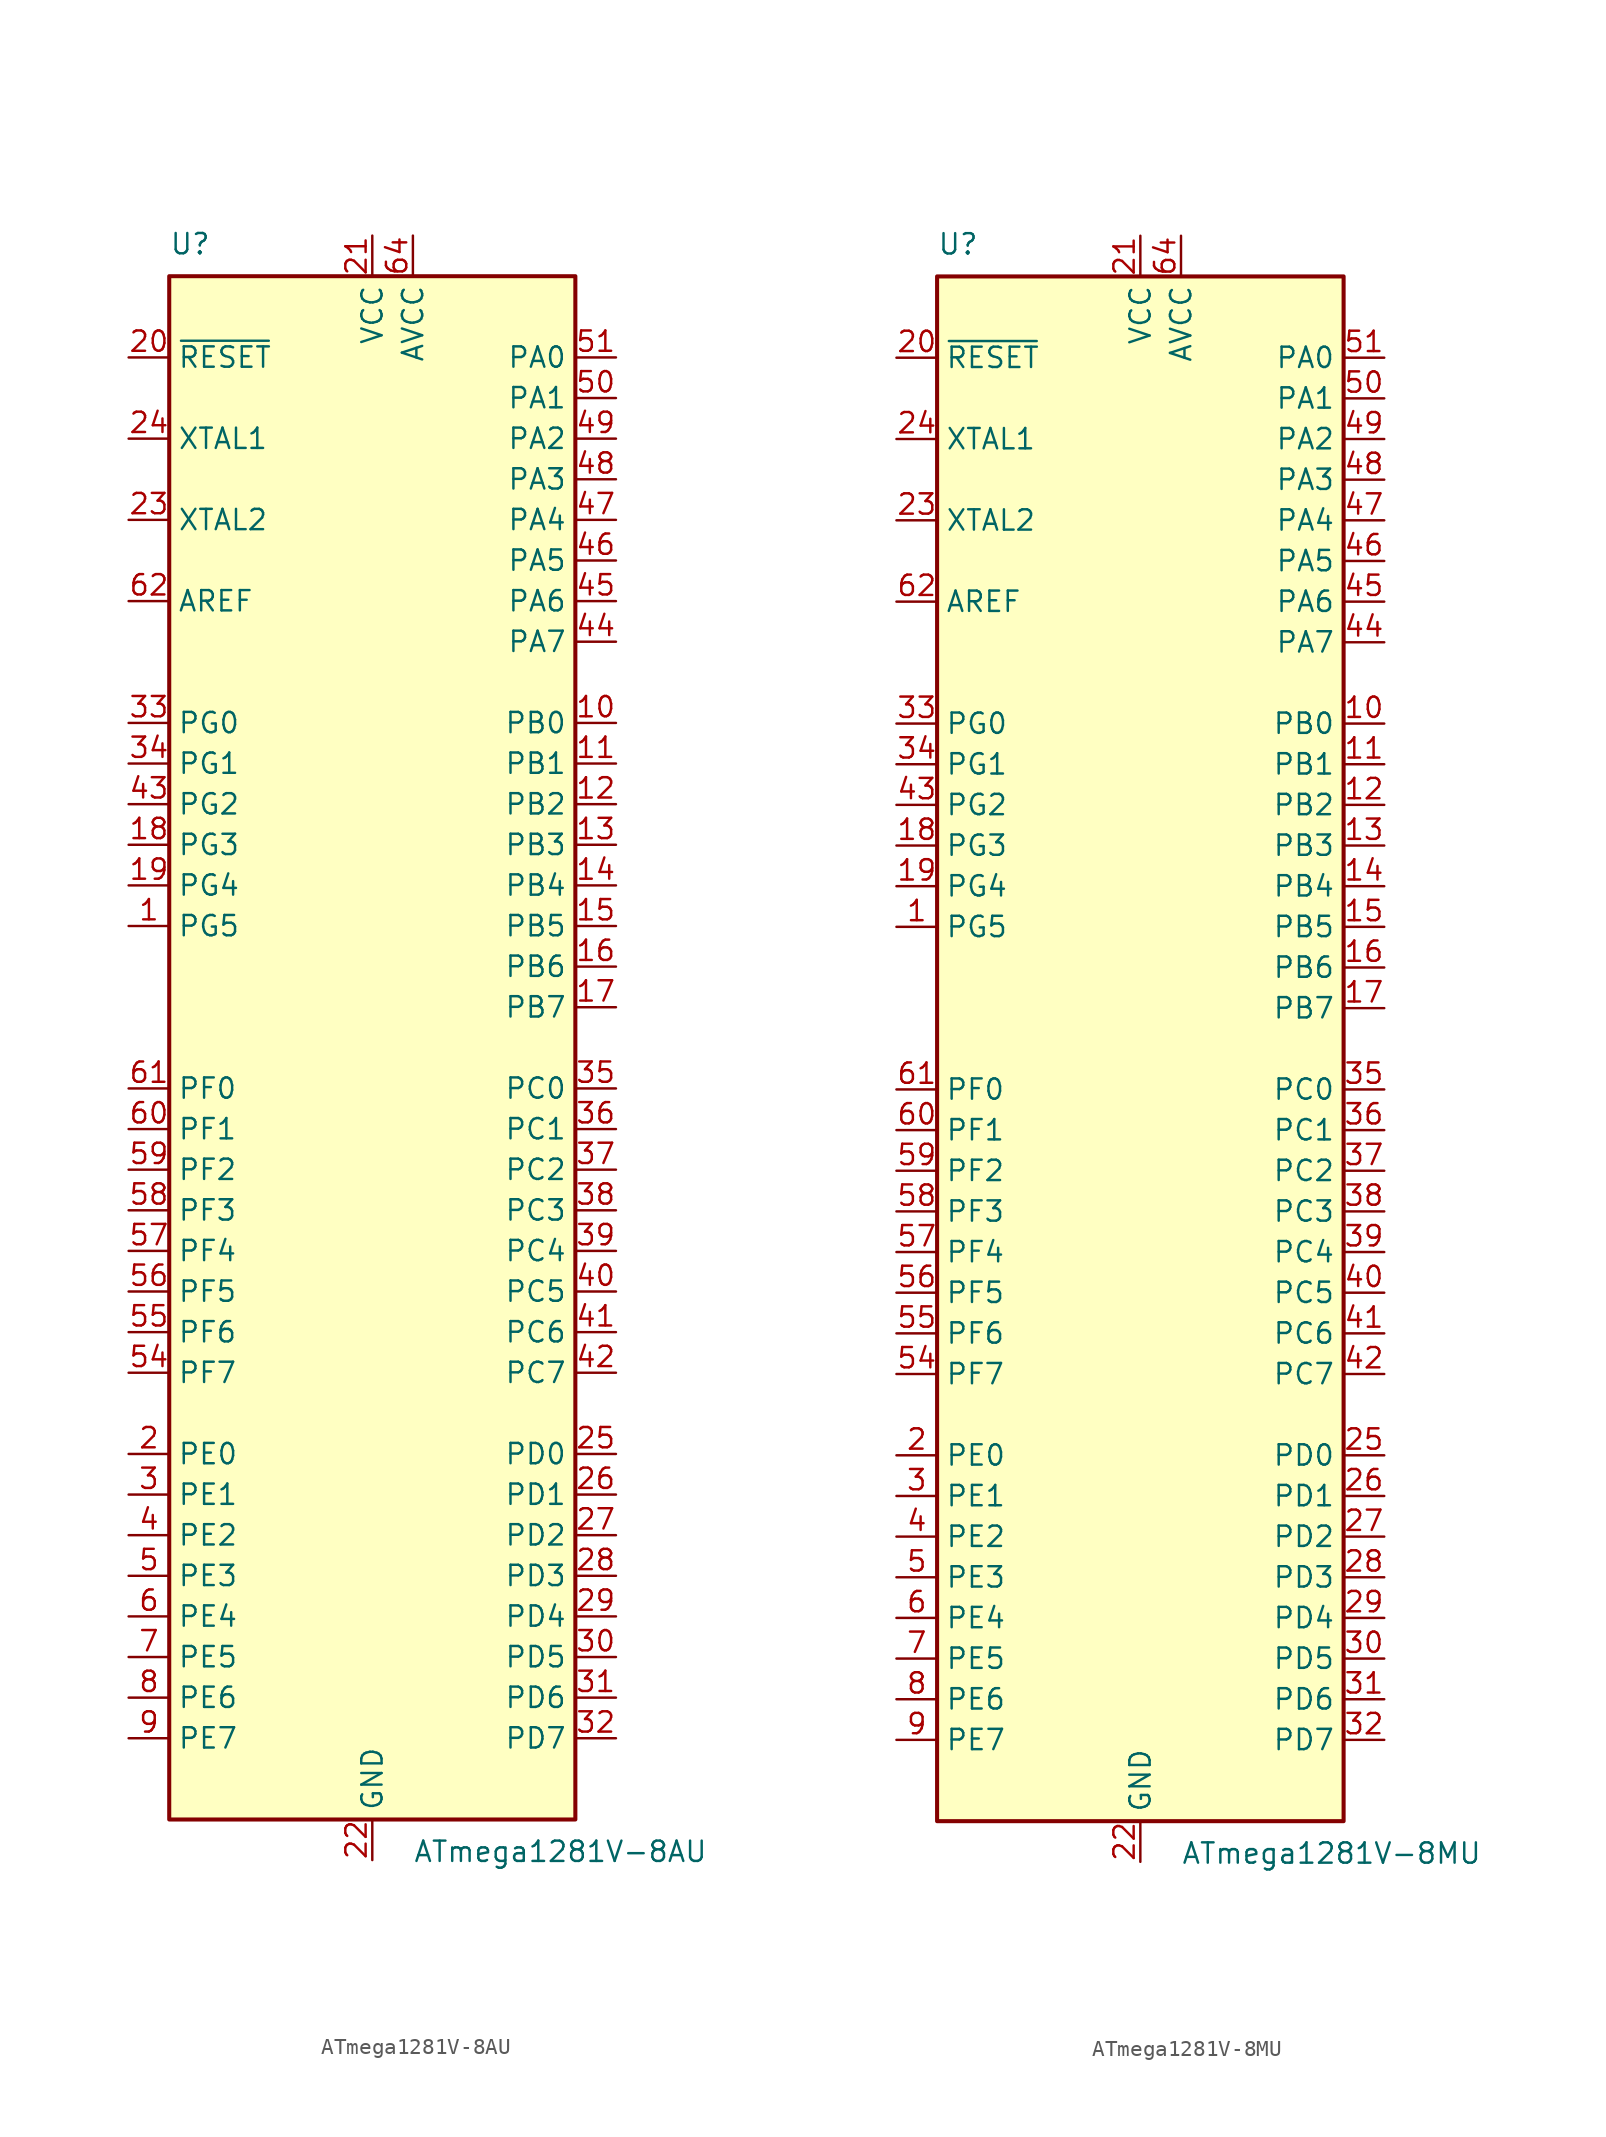
<source format=kicad_sym>
(kicad_symbol_lib
  (version 20201005)
  (generator kicad_symbol_editor)
  (symbol "ATmega1281V-8AU"
    (property "Reference" "U"
      (at -12.7 49.53 0)
      (effects (font (size 1.27 1.27)) (justify left bottom)))
    (property "Value" "ATmega1281V-8AU"
      (at 2.54 -49.53 0)
      (effects (font (size 1.27 1.27)) (justify left top)))
    (symbol "ATmega1281V-8AU_0_1"
      (rectangle (start -12.7 -48.26) (end 12.7 48.26) (stroke (width 0.254)) (fill (type background))))
    (symbol "ATmega1281V-8AU_1_1"
      (pin tri_state line (at -15.24 7.62 0) (length 2.54) (name "PG5" (effects (font (size 1.27 1.27)))) (number "1" (effects (font (size 1.27 1.27)))))
      (pin tri_state line (at 15.24 20.32 180) (length 2.54) (name "PB0" (effects (font (size 1.27 1.27)))) (number "10" (effects (font (size 1.27 1.27)))))
      (pin tri_state line (at 15.24 17.78 180) (length 2.54) (name "PB1" (effects (font (size 1.27 1.27)))) (number "11" (effects (font (size 1.27 1.27)))))
      (pin tri_state line (at 15.24 15.24 180) (length 2.54) (name "PB2" (effects (font (size 1.27 1.27)))) (number "12" (effects (font (size 1.27 1.27)))))
      (pin tri_state line (at 15.24 12.7 180) (length 2.54) (name "PB3" (effects (font (size 1.27 1.27)))) (number "13" (effects (font (size 1.27 1.27)))))
      (pin tri_state line (at 15.24 10.16 180) (length 2.54) (name "PB4" (effects (font (size 1.27 1.27)))) (number "14" (effects (font (size 1.27 1.27)))))
      (pin tri_state line (at 15.24 7.62 180) (length 2.54) (name "PB5" (effects (font (size 1.27 1.27)))) (number "15" (effects (font (size 1.27 1.27)))))
      (pin tri_state line (at 15.24 5.08 180) (length 2.54) (name "PB6" (effects (font (size 1.27 1.27)))) (number "16" (effects (font (size 1.27 1.27)))))
      (pin tri_state line (at 15.24 2.54 180) (length 2.54) (name "PB7" (effects (font (size 1.27 1.27)))) (number "17" (effects (font (size 1.27 1.27)))))
      (pin tri_state line (at -15.24 12.7 0) (length 2.54) (name "PG3" (effects (font (size 1.27 1.27)))) (number "18" (effects (font (size 1.27 1.27)))))
      (pin tri_state line (at -15.24 10.16 0) (length 2.54) (name "PG4" (effects (font (size 1.27 1.27)))) (number "19" (effects (font (size 1.27 1.27)))))
      (pin tri_state line (at -15.24 -25.4 0) (length 2.54) (name "PE0" (effects (font (size 1.27 1.27)))) (number "2" (effects (font (size 1.27 1.27)))))
      (pin input line (at -15.24 43.18 0) (length 2.54) (name "~RESET" (effects (font (size 1.27 1.27)))) (number "20" (effects (font (size 1.27 1.27)))))
      (pin power_in line (at 0 50.8 270) (length 2.54) (name "VCC" (effects (font (size 1.27 1.27)))) (number "21" (effects (font (size 1.27 1.27)))))
      (pin power_in line (at 0 -50.8 90) (length 2.54) (name "GND" (effects (font (size 1.27 1.27)))) (number "22" (effects (font (size 1.27 1.27)))))
      (pin output line (at -15.24 33.02 0) (length 2.54) (name "XTAL2" (effects (font (size 1.27 1.27)))) (number "23" (effects (font (size 1.27 1.27)))))
      (pin input line (at -15.24 38.1 0) (length 2.54) (name "XTAL1" (effects (font (size 1.27 1.27)))) (number "24" (effects (font (size 1.27 1.27)))))
      (pin tri_state line (at 15.24 -25.4 180) (length 2.54) (name "PD0" (effects (font (size 1.27 1.27)))) (number "25" (effects (font (size 1.27 1.27)))))
      (pin tri_state line (at 15.24 -27.94 180) (length 2.54) (name "PD1" (effects (font (size 1.27 1.27)))) (number "26" (effects (font (size 1.27 1.27)))))
      (pin tri_state line (at 15.24 -30.48 180) (length 2.54) (name "PD2" (effects (font (size 1.27 1.27)))) (number "27" (effects (font (size 1.27 1.27)))))
      (pin tri_state line (at 15.24 -33.02 180) (length 2.54) (name "PD3" (effects (font (size 1.27 1.27)))) (number "28" (effects (font (size 1.27 1.27)))))
      (pin tri_state line (at 15.24 -35.56 180) (length 2.54) (name "PD4" (effects (font (size 1.27 1.27)))) (number "29" (effects (font (size 1.27 1.27)))))
      (pin tri_state line (at -15.24 -27.94 0) (length 2.54) (name "PE1" (effects (font (size 1.27 1.27)))) (number "3" (effects (font (size 1.27 1.27)))))
      (pin tri_state line (at 15.24 -38.1 180) (length 2.54) (name "PD5" (effects (font (size 1.27 1.27)))) (number "30" (effects (font (size 1.27 1.27)))))
      (pin tri_state line (at 15.24 -40.64 180) (length 2.54) (name "PD6" (effects (font (size 1.27 1.27)))) (number "31" (effects (font (size 1.27 1.27)))))
      (pin tri_state line (at 15.24 -43.18 180) (length 2.54) (name "PD7" (effects (font (size 1.27 1.27)))) (number "32" (effects (font (size 1.27 1.27)))))
      (pin tri_state line (at -15.24 20.32 0) (length 2.54) (name "PG0" (effects (font (size 1.27 1.27)))) (number "33" (effects (font (size 1.27 1.27)))))
      (pin tri_state line (at -15.24 17.78 0) (length 2.54) (name "PG1" (effects (font (size 1.27 1.27)))) (number "34" (effects (font (size 1.27 1.27)))))
      (pin tri_state line (at 15.24 -2.54 180) (length 2.54) (name "PC0" (effects (font (size 1.27 1.27)))) (number "35" (effects (font (size 1.27 1.27)))))
      (pin tri_state line (at 15.24 -5.08 180) (length 2.54) (name "PC1" (effects (font (size 1.27 1.27)))) (number "36" (effects (font (size 1.27 1.27)))))
      (pin tri_state line (at 15.24 -7.62 180) (length 2.54) (name "PC2" (effects (font (size 1.27 1.27)))) (number "37" (effects (font (size 1.27 1.27)))))
      (pin tri_state line (at 15.24 -10.16 180) (length 2.54) (name "PC3" (effects (font (size 1.27 1.27)))) (number "38" (effects (font (size 1.27 1.27)))))
      (pin tri_state line (at 15.24 -12.7 180) (length 2.54) (name "PC4" (effects (font (size 1.27 1.27)))) (number "39" (effects (font (size 1.27 1.27)))))
      (pin tri_state line (at -15.24 -30.48 0) (length 2.54) (name "PE2" (effects (font (size 1.27 1.27)))) (number "4" (effects (font (size 1.27 1.27)))))
      (pin tri_state line (at 15.24 -15.24 180) (length 2.54) (name "PC5" (effects (font (size 1.27 1.27)))) (number "40" (effects (font (size 1.27 1.27)))))
      (pin tri_state line (at 15.24 -17.78 180) (length 2.54) (name "PC6" (effects (font (size 1.27 1.27)))) (number "41" (effects (font (size 1.27 1.27)))))
      (pin tri_state line (at 15.24 -20.32 180) (length 2.54) (name "PC7" (effects (font (size 1.27 1.27)))) (number "42" (effects (font (size 1.27 1.27)))))
      (pin tri_state line (at -15.24 15.24 0) (length 2.54) (name "PG2" (effects (font (size 1.27 1.27)))) (number "43" (effects (font (size 1.27 1.27)))))
      (pin tri_state line (at 15.24 25.4 180) (length 2.54) (name "PA7" (effects (font (size 1.27 1.27)))) (number "44" (effects (font (size 1.27 1.27)))))
      (pin tri_state line (at 15.24 27.94 180) (length 2.54) (name "PA6" (effects (font (size 1.27 1.27)))) (number "45" (effects (font (size 1.27 1.27)))))
      (pin tri_state line (at 15.24 30.48 180) (length 2.54) (name "PA5" (effects (font (size 1.27 1.27)))) (number "46" (effects (font (size 1.27 1.27)))))
      (pin tri_state line (at 15.24 33.02 180) (length 2.54) (name "PA4" (effects (font (size 1.27 1.27)))) (number "47" (effects (font (size 1.27 1.27)))))
      (pin tri_state line (at 15.24 35.56 180) (length 2.54) (name "PA3" (effects (font (size 1.27 1.27)))) (number "48" (effects (font (size 1.27 1.27)))))
      (pin tri_state line (at 15.24 38.1 180) (length 2.54) (name "PA2" (effects (font (size 1.27 1.27)))) (number "49" (effects (font (size 1.27 1.27)))))
      (pin tri_state line (at -15.24 -33.02 0) (length 2.54) (name "PE3" (effects (font (size 1.27 1.27)))) (number "5" (effects (font (size 1.27 1.27)))))
      (pin tri_state line (at 15.24 40.64 180) (length 2.54) (name "PA1" (effects (font (size 1.27 1.27)))) (number "50" (effects (font (size 1.27 1.27)))))
      (pin tri_state line (at 15.24 43.18 180) (length 2.54) (name "PA0" (effects (font (size 1.27 1.27)))) (number "51" (effects (font (size 1.27 1.27)))))
      (pin passive line (at 0 50.8 270) (length 2.54) hide (name "VCC" (effects (font (size 1.27 1.27)))) (number "52" (effects (font (size 1.27 1.27)))))
      (pin passive line (at 0 -50.8 90) (length 2.54) hide (name "GND" (effects (font (size 1.27 1.27)))) (number "53" (effects (font (size 1.27 1.27)))))
      (pin tri_state line (at -15.24 -20.32 0) (length 2.54) (name "PF7" (effects (font (size 1.27 1.27)))) (number "54" (effects (font (size 1.27 1.27)))))
      (pin tri_state line (at -15.24 -17.78 0) (length 2.54) (name "PF6" (effects (font (size 1.27 1.27)))) (number "55" (effects (font (size 1.27 1.27)))))
      (pin tri_state line (at -15.24 -15.24 0) (length 2.54) (name "PF5" (effects (font (size 1.27 1.27)))) (number "56" (effects (font (size 1.27 1.27)))))
      (pin tri_state line (at -15.24 -12.7 0) (length 2.54) (name "PF4" (effects (font (size 1.27 1.27)))) (number "57" (effects (font (size 1.27 1.27)))))
      (pin tri_state line (at -15.24 -10.16 0) (length 2.54) (name "PF3" (effects (font (size 1.27 1.27)))) (number "58" (effects (font (size 1.27 1.27)))))
      (pin tri_state line (at -15.24 -7.62 0) (length 2.54) (name "PF2" (effects (font (size 1.27 1.27)))) (number "59" (effects (font (size 1.27 1.27)))))
      (pin tri_state line (at -15.24 -35.56 0) (length 2.54) (name "PE4" (effects (font (size 1.27 1.27)))) (number "6" (effects (font (size 1.27 1.27)))))
      (pin tri_state line (at -15.24 -5.08 0) (length 2.54) (name "PF1" (effects (font (size 1.27 1.27)))) (number "60" (effects (font (size 1.27 1.27)))))
      (pin tri_state line (at -15.24 -2.54 0) (length 2.54) (name "PF0" (effects (font (size 1.27 1.27)))) (number "61" (effects (font (size 1.27 1.27)))))
      (pin passive line (at -15.24 27.94 0) (length 2.54) (name "AREF" (effects (font (size 1.27 1.27)))) (number "62" (effects (font (size 1.27 1.27)))))
      (pin passive line (at 0 -50.8 90) (length 2.54) hide (name "GND" (effects (font (size 1.27 1.27)))) (number "63" (effects (font (size 1.27 1.27)))))
      (pin power_in line (at 2.54 50.8 270) (length 2.54) (name "AVCC" (effects (font (size 1.27 1.27)))) (number "64" (effects (font (size 1.27 1.27)))))
      (pin tri_state line (at -15.24 -38.1 0) (length 2.54) (name "PE5" (effects (font (size 1.27 1.27)))) (number "7" (effects (font (size 1.27 1.27)))))
      (pin tri_state line (at -15.24 -40.64 0) (length 2.54) (name "PE6" (effects (font (size 1.27 1.27)))) (number "8" (effects (font (size 1.27 1.27)))))
      (pin tri_state line (at -15.24 -43.18 0) (length 2.54) (name "PE7" (effects (font (size 1.27 1.27)))) (number "9" (effects (font (size 1.27 1.27)))))))
  (symbol "ATmega1281V-8MU"
    (property "Reference" "U"
      (at -12.7 49.53 0)
      (effects (font (size 1.27 1.27)) (justify left bottom)))
    (property "Value" "ATmega1281V-8MU"
      (at 2.54 -49.53 0)
      (effects (font (size 1.27 1.27)) (justify left top)))
    (symbol "ATmega1281V-8MU_0_1"
      (rectangle (start -12.7 -48.26) (end 12.7 48.26) (stroke (width 0.254)) (fill (type background))))
    (symbol "ATmega1281V-8MU_1_1"
      (pin tri_state line (at -15.24 7.62 0) (length 2.54) (name "PG5" (effects (font (size 1.27 1.27)))) (number "1" (effects (font (size 1.27 1.27)))))
      (pin tri_state line (at 15.24 20.32 180) (length 2.54) (name "PB0" (effects (font (size 1.27 1.27)))) (number "10" (effects (font (size 1.27 1.27)))))
      (pin tri_state line (at 15.24 17.78 180) (length 2.54) (name "PB1" (effects (font (size 1.27 1.27)))) (number "11" (effects (font (size 1.27 1.27)))))
      (pin tri_state line (at 15.24 15.24 180) (length 2.54) (name "PB2" (effects (font (size 1.27 1.27)))) (number "12" (effects (font (size 1.27 1.27)))))
      (pin tri_state line (at 15.24 12.7 180) (length 2.54) (name "PB3" (effects (font (size 1.27 1.27)))) (number "13" (effects (font (size 1.27 1.27)))))
      (pin tri_state line (at 15.24 10.16 180) (length 2.54) (name "PB4" (effects (font (size 1.27 1.27)))) (number "14" (effects (font (size 1.27 1.27)))))
      (pin tri_state line (at 15.24 7.62 180) (length 2.54) (name "PB5" (effects (font (size 1.27 1.27)))) (number "15" (effects (font (size 1.27 1.27)))))
      (pin tri_state line (at 15.24 5.08 180) (length 2.54) (name "PB6" (effects (font (size 1.27 1.27)))) (number "16" (effects (font (size 1.27 1.27)))))
      (pin tri_state line (at 15.24 2.54 180) (length 2.54) (name "PB7" (effects (font (size 1.27 1.27)))) (number "17" (effects (font (size 1.27 1.27)))))
      (pin tri_state line (at -15.24 12.7 0) (length 2.54) (name "PG3" (effects (font (size 1.27 1.27)))) (number "18" (effects (font (size 1.27 1.27)))))
      (pin tri_state line (at -15.24 10.16 0) (length 2.54) (name "PG4" (effects (font (size 1.27 1.27)))) (number "19" (effects (font (size 1.27 1.27)))))
      (pin tri_state line (at -15.24 -25.4 0) (length 2.54) (name "PE0" (effects (font (size 1.27 1.27)))) (number "2" (effects (font (size 1.27 1.27)))))
      (pin input line (at -15.24 43.18 0) (length 2.54) (name "~RESET" (effects (font (size 1.27 1.27)))) (number "20" (effects (font (size 1.27 1.27)))))
      (pin power_in line (at 0 50.8 270) (length 2.54) (name "VCC" (effects (font (size 1.27 1.27)))) (number "21" (effects (font (size 1.27 1.27)))))
      (pin power_in line (at 0 -50.8 90) (length 2.54) (name "GND" (effects (font (size 1.27 1.27)))) (number "22" (effects (font (size 1.27 1.27)))))
      (pin output line (at -15.24 33.02 0) (length 2.54) (name "XTAL2" (effects (font (size 1.27 1.27)))) (number "23" (effects (font (size 1.27 1.27)))))
      (pin input line (at -15.24 38.1 0) (length 2.54) (name "XTAL1" (effects (font (size 1.27 1.27)))) (number "24" (effects (font (size 1.27 1.27)))))
      (pin tri_state line (at 15.24 -25.4 180) (length 2.54) (name "PD0" (effects (font (size 1.27 1.27)))) (number "25" (effects (font (size 1.27 1.27)))))
      (pin tri_state line (at 15.24 -27.94 180) (length 2.54) (name "PD1" (effects (font (size 1.27 1.27)))) (number "26" (effects (font (size 1.27 1.27)))))
      (pin tri_state line (at 15.24 -30.48 180) (length 2.54) (name "PD2" (effects (font (size 1.27 1.27)))) (number "27" (effects (font (size 1.27 1.27)))))
      (pin tri_state line (at 15.24 -33.02 180) (length 2.54) (name "PD3" (effects (font (size 1.27 1.27)))) (number "28" (effects (font (size 1.27 1.27)))))
      (pin tri_state line (at 15.24 -35.56 180) (length 2.54) (name "PD4" (effects (font (size 1.27 1.27)))) (number "29" (effects (font (size 1.27 1.27)))))
      (pin tri_state line (at -15.24 -27.94 0) (length 2.54) (name "PE1" (effects (font (size 1.27 1.27)))) (number "3" (effects (font (size 1.27 1.27)))))
      (pin tri_state line (at 15.24 -38.1 180) (length 2.54) (name "PD5" (effects (font (size 1.27 1.27)))) (number "30" (effects (font (size 1.27 1.27)))))
      (pin tri_state line (at 15.24 -40.64 180) (length 2.54) (name "PD6" (effects (font (size 1.27 1.27)))) (number "31" (effects (font (size 1.27 1.27)))))
      (pin tri_state line (at 15.24 -43.18 180) (length 2.54) (name "PD7" (effects (font (size 1.27 1.27)))) (number "32" (effects (font (size 1.27 1.27)))))
      (pin tri_state line (at -15.24 20.32 0) (length 2.54) (name "PG0" (effects (font (size 1.27 1.27)))) (number "33" (effects (font (size 1.27 1.27)))))
      (pin tri_state line (at -15.24 17.78 0) (length 2.54) (name "PG1" (effects (font (size 1.27 1.27)))) (number "34" (effects (font (size 1.27 1.27)))))
      (pin tri_state line (at 15.24 -2.54 180) (length 2.54) (name "PC0" (effects (font (size 1.27 1.27)))) (number "35" (effects (font (size 1.27 1.27)))))
      (pin tri_state line (at 15.24 -5.08 180) (length 2.54) (name "PC1" (effects (font (size 1.27 1.27)))) (number "36" (effects (font (size 1.27 1.27)))))
      (pin tri_state line (at 15.24 -7.62 180) (length 2.54) (name "PC2" (effects (font (size 1.27 1.27)))) (number "37" (effects (font (size 1.27 1.27)))))
      (pin tri_state line (at 15.24 -10.16 180) (length 2.54) (name "PC3" (effects (font (size 1.27 1.27)))) (number "38" (effects (font (size 1.27 1.27)))))
      (pin tri_state line (at 15.24 -12.7 180) (length 2.54) (name "PC4" (effects (font (size 1.27 1.27)))) (number "39" (effects (font (size 1.27 1.27)))))
      (pin tri_state line (at -15.24 -30.48 0) (length 2.54) (name "PE2" (effects (font (size 1.27 1.27)))) (number "4" (effects (font (size 1.27 1.27)))))
      (pin tri_state line (at 15.24 -15.24 180) (length 2.54) (name "PC5" (effects (font (size 1.27 1.27)))) (number "40" (effects (font (size 1.27 1.27)))))
      (pin tri_state line (at 15.24 -17.78 180) (length 2.54) (name "PC6" (effects (font (size 1.27 1.27)))) (number "41" (effects (font (size 1.27 1.27)))))
      (pin tri_state line (at 15.24 -20.32 180) (length 2.54) (name "PC7" (effects (font (size 1.27 1.27)))) (number "42" (effects (font (size 1.27 1.27)))))
      (pin tri_state line (at -15.24 15.24 0) (length 2.54) (name "PG2" (effects (font (size 1.27 1.27)))) (number "43" (effects (font (size 1.27 1.27)))))
      (pin tri_state line (at 15.24 25.4 180) (length 2.54) (name "PA7" (effects (font (size 1.27 1.27)))) (number "44" (effects (font (size 1.27 1.27)))))
      (pin tri_state line (at 15.24 27.94 180) (length 2.54) (name "PA6" (effects (font (size 1.27 1.27)))) (number "45" (effects (font (size 1.27 1.27)))))
      (pin tri_state line (at 15.24 30.48 180) (length 2.54) (name "PA5" (effects (font (size 1.27 1.27)))) (number "46" (effects (font (size 1.27 1.27)))))
      (pin tri_state line (at 15.24 33.02 180) (length 2.54) (name "PA4" (effects (font (size 1.27 1.27)))) (number "47" (effects (font (size 1.27 1.27)))))
      (pin tri_state line (at 15.24 35.56 180) (length 2.54) (name "PA3" (effects (font (size 1.27 1.27)))) (number "48" (effects (font (size 1.27 1.27)))))
      (pin tri_state line (at 15.24 38.1 180) (length 2.54) (name "PA2" (effects (font (size 1.27 1.27)))) (number "49" (effects (font (size 1.27 1.27)))))
      (pin tri_state line (at -15.24 -33.02 0) (length 2.54) (name "PE3" (effects (font (size 1.27 1.27)))) (number "5" (effects (font (size 1.27 1.27)))))
      (pin tri_state line (at 15.24 40.64 180) (length 2.54) (name "PA1" (effects (font (size 1.27 1.27)))) (number "50" (effects (font (size 1.27 1.27)))))
      (pin tri_state line (at 15.24 43.18 180) (length 2.54) (name "PA0" (effects (font (size 1.27 1.27)))) (number "51" (effects (font (size 1.27 1.27)))))
      (pin passive line (at 0 50.8 270) (length 2.54) hide (name "VCC" (effects (font (size 1.27 1.27)))) (number "52" (effects (font (size 1.27 1.27)))))
      (pin passive line (at 0 -50.8 90) (length 2.54) hide (name "GND" (effects (font (size 1.27 1.27)))) (number "53" (effects (font (size 1.27 1.27)))))
      (pin tri_state line (at -15.24 -20.32 0) (length 2.54) (name "PF7" (effects (font (size 1.27 1.27)))) (number "54" (effects (font (size 1.27 1.27)))))
      (pin tri_state line (at -15.24 -17.78 0) (length 2.54) (name "PF6" (effects (font (size 1.27 1.27)))) (number "55" (effects (font (size 1.27 1.27)))))
      (pin tri_state line (at -15.24 -15.24 0) (length 2.54) (name "PF5" (effects (font (size 1.27 1.27)))) (number "56" (effects (font (size 1.27 1.27)))))
      (pin tri_state line (at -15.24 -12.7 0) (length 2.54) (name "PF4" (effects (font (size 1.27 1.27)))) (number "57" (effects (font (size 1.27 1.27)))))
      (pin tri_state line (at -15.24 -10.16 0) (length 2.54) (name "PF3" (effects (font (size 1.27 1.27)))) (number "58" (effects (font (size 1.27 1.27)))))
      (pin tri_state line (at -15.24 -7.62 0) (length 2.54) (name "PF2" (effects (font (size 1.27 1.27)))) (number "59" (effects (font (size 1.27 1.27)))))
      (pin tri_state line (at -15.24 -35.56 0) (length 2.54) (name "PE4" (effects (font (size 1.27 1.27)))) (number "6" (effects (font (size 1.27 1.27)))))
      (pin tri_state line (at -15.24 -5.08 0) (length 2.54) (name "PF1" (effects (font (size 1.27 1.27)))) (number "60" (effects (font (size 1.27 1.27)))))
      (pin tri_state line (at -15.24 -2.54 0) (length 2.54) (name "PF0" (effects (font (size 1.27 1.27)))) (number "61" (effects (font (size 1.27 1.27)))))
      (pin passive line (at -15.24 27.94 0) (length 2.54) (name "AREF" (effects (font (size 1.27 1.27)))) (number "62" (effects (font (size 1.27 1.27)))))
      (pin passive line (at 0 -50.8 90) (length 2.54) hide (name "GND" (effects (font (size 1.27 1.27)))) (number "63" (effects (font (size 1.27 1.27)))))
      (pin power_in line (at 2.54 50.8 270) (length 2.54) (name "AVCC" (effects (font (size 1.27 1.27)))) (number "64" (effects (font (size 1.27 1.27)))))
      (pin passive line (at 0 -50.8 90) (length 2.54) hide (name "GND" (effects (font (size 1.27 1.27)))) (number "65" (effects (font (size 1.27 1.27)))))
      (pin tri_state line (at -15.24 -38.1 0) (length 2.54) (name "PE5" (effects (font (size 1.27 1.27)))) (number "7" (effects (font (size 1.27 1.27)))))
      (pin tri_state line (at -15.24 -40.64 0) (length 2.54) (name "PE6" (effects (font (size 1.27 1.27)))) (number "8" (effects (font (size 1.27 1.27)))))
      (pin tri_state line (at -15.24 -43.18 0) (length 2.54) (name "PE7" (effects (font (size 1.27 1.27)))) (number "9" (effects (font (size 1.27 1.27))))))))
</source>
